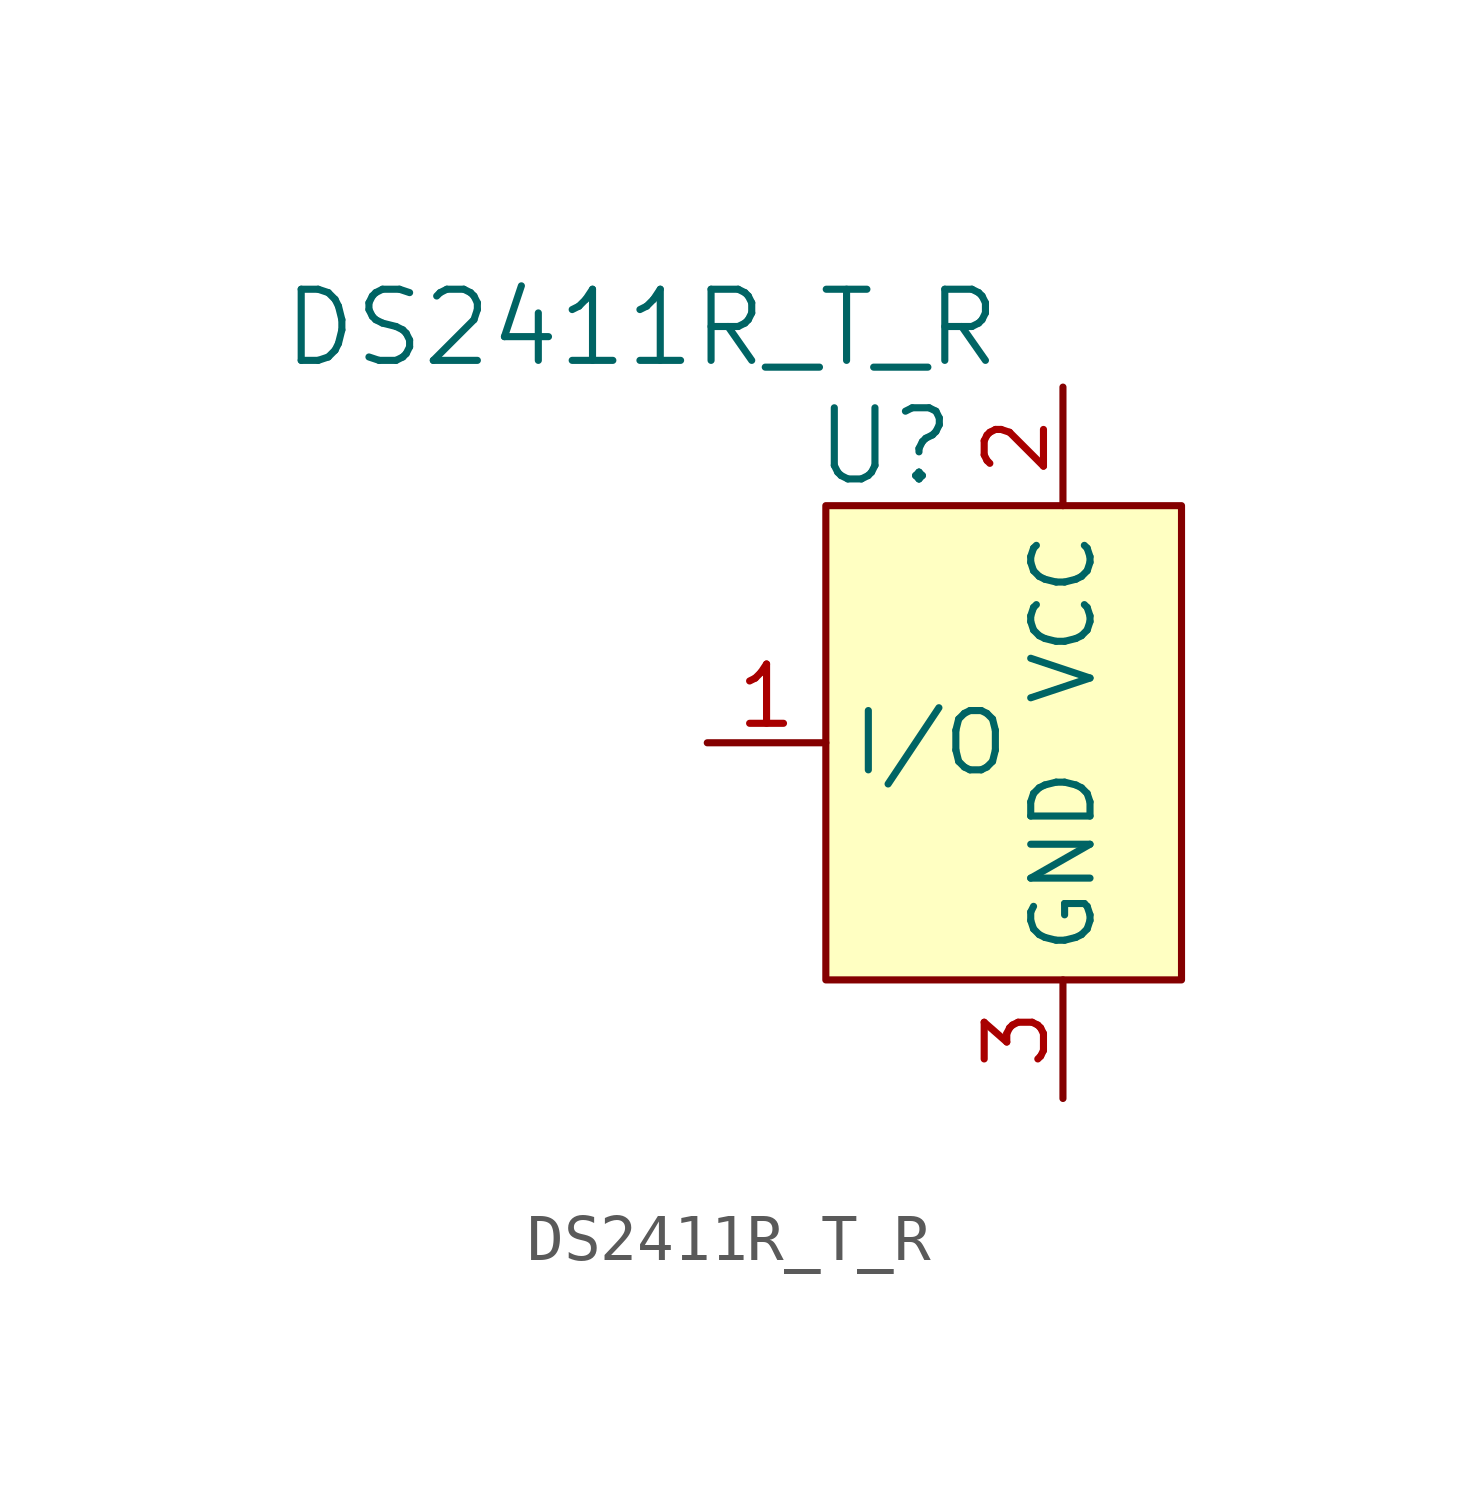
<source format=kicad_sym>
(kicad_symbol_lib
  (version 20201005)
  (generator kicad_symbol_editor)
  (symbol "DS2411R_T_R"
    (property "Reference" "U"
      (at -3.81 6.35 0)
      (effects (font (size 1.524 1.524))))
    (property "Value" "DS2411R_T_R"
      (at -1.27 8.89 0)
      (effects (font (size 1.524 1.524)) (justify right)))
    (symbol "DS2411R_T_R_0_1"
      (rectangle (start -5.08 5.08) (end 2.54 -5.08) (stroke (width 0)) (fill (type background))))
    (symbol "DS2411R_T_R_1_1"
      (pin bidirectional line (at -7.62 0 0) (length 2.54) (name "I/O" (effects (font (size 1.27 1.27)))) (number "1" (effects (font (size 1.27 1.27)))))
      (pin power_in line (at 0 7.62 270) (length 2.54) (name "VCC" (effects (font (size 1.27 1.27)))) (number "2" (effects (font (size 1.27 1.27)))))
      (pin power_in line (at 0 -7.62 90) (length 2.54) (name "GND" (effects (font (size 1.27 1.27)))) (number "3" (effects (font (size 1.27 1.27))))))))
</source>
